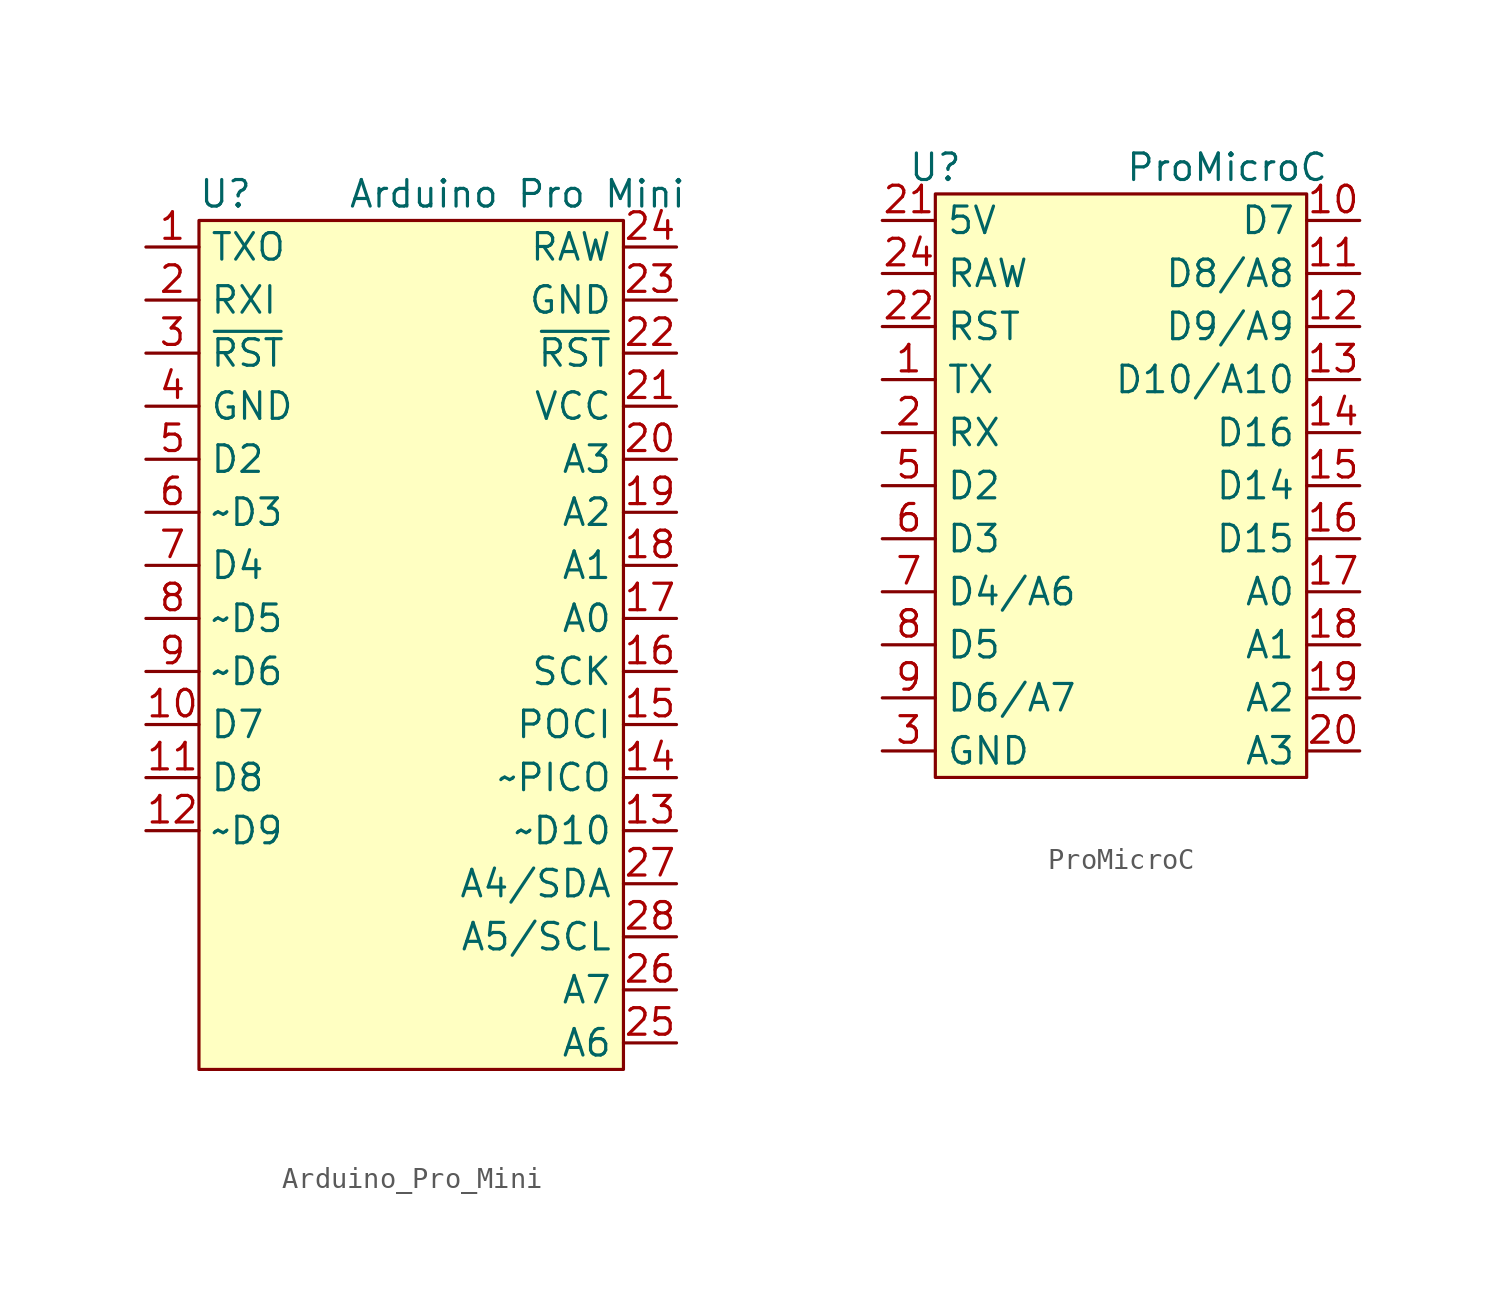
<source format=kicad_sym>
(kicad_symbol_lib
  (version 20241209)
  (generator "kicad_symbol_editor")
  (generator_version "9.0")
  (symbol "Arduino_Pro_Mini"
    (property "Reference" "U"
      (at -8.89 21.59 0)
      (effects (font (size 1.27 1.27))))
    (property "Value" "Arduino Pro Mini"
      (at 5.08 21.59 0)
      (effects (font (size 1.27 1.27))))
    (symbol "Arduino_Pro_Mini_1_1"
      (rectangle (start -10.16 20.32) (end 10.16 -20.32) (stroke (width 0) (type default)) (fill (type background)))
      (pin output line (at -12.7 19.05 0) (length 2.54) (name "TXO" (effects (font (size 1.27 1.27)))) (number "1" (effects (font (size 1.27 1.27)))))
      (pin input line (at -12.7 16.51 0) (length 2.54) (name "RXI" (effects (font (size 1.27 1.27)))) (number "2" (effects (font (size 1.27 1.27)))))
      (pin input line (at -12.7 13.97 0) (length 2.54) (name "~{RST}" (effects (font (size 1.27 1.27)))) (number "3" (effects (font (size 1.27 1.27)))))
      (pin power_in line (at -12.7 11.43 0) (length 2.54) (name "GND" (effects (font (size 1.27 1.27)))) (number "4" (effects (font (size 1.27 1.27)))))
      (pin bidirectional line (at -12.7 8.89 0) (length 2.54) (name "D2" (effects (font (size 1.27 1.27)))) (number "5" (effects (font (size 1.27 1.27)))))
      (pin bidirectional line (at -12.7 6.35 0) (length 2.54) (name "~D3" (effects (font (size 1.27 1.27)))) (number "6" (effects (font (size 1.27 1.27)))))
      (pin bidirectional line (at -12.7 3.81 0) (length 2.54) (name "D4" (effects (font (size 1.27 1.27)))) (number "7" (effects (font (size 1.27 1.27)))))
      (pin bidirectional line (at -12.7 1.27 0) (length 2.54) (name "~D5" (effects (font (size 1.27 1.27)))) (number "8" (effects (font (size 1.27 1.27)))))
      (pin bidirectional line (at -12.7 -1.27 0) (length 2.54) (name "~D6" (effects (font (size 1.27 1.27)))) (number "9" (effects (font (size 1.27 1.27)))))
      (pin bidirectional line (at -12.7 -3.81 0) (length 2.54) (name "D7" (effects (font (size 1.27 1.27)))) (number "10" (effects (font (size 1.27 1.27)))))
      (pin bidirectional line (at -12.7 -6.35 0) (length 2.54) (name "D8" (effects (font (size 1.27 1.27)))) (number "11" (effects (font (size 1.27 1.27)))))
      (pin bidirectional line (at -12.7 -8.89 0) (length 2.54) (name "~D9" (effects (font (size 1.27 1.27)))) (number "12" (effects (font (size 1.27 1.27)))))
      (pin power_in line (at 12.7 19.05 180) (length 2.54) (name "RAW" (effects (font (size 1.27 1.27)))) (number "24" (effects (font (size 1.27 1.27)))))
      (pin power_in line (at 12.7 16.51 180) (length 2.54) (name "GND" (effects (font (size 1.27 1.27)))) (number "23" (effects (font (size 1.27 1.27)))))
      (pin input line (at 12.7 13.97 180) (length 2.54) (name "~{RST}" (effects (font (size 1.27 1.27)))) (number "22" (effects (font (size 1.27 1.27)))))
      (pin power_in line (at 12.7 11.43 180) (length 2.54) (name "VCC" (effects (font (size 1.27 1.27)))) (number "21" (effects (font (size 1.27 1.27)))))
      (pin bidirectional line (at 12.7 8.89 180) (length 2.54) (name "A3" (effects (font (size 1.27 1.27)))) (number "20" (effects (font (size 1.27 1.27)))))
      (pin bidirectional line (at 12.7 6.35 180) (length 2.54) (name "A2" (effects (font (size 1.27 1.27)))) (number "19" (effects (font (size 1.27 1.27)))))
      (pin bidirectional line (at 12.7 3.81 180) (length 2.54) (name "A1" (effects (font (size 1.27 1.27)))) (number "18" (effects (font (size 1.27 1.27)))))
      (pin bidirectional line (at 12.7 1.27 180) (length 2.54) (name "A0" (effects (font (size 1.27 1.27)))) (number "17" (effects (font (size 1.27 1.27)))))
      (pin bidirectional line (at 12.7 -1.27 180) (length 2.54) (name "SCK" (effects (font (size 1.27 1.27)))) (number "16" (effects (font (size 1.27 1.27)))))
      (pin bidirectional line (at 12.7 -3.81 180) (length 2.54) (name "POCI" (effects (font (size 1.27 1.27)))) (number "15" (effects (font (size 1.27 1.27)))))
      (pin bidirectional line (at 12.7 -6.35 180) (length 2.54) (name "~PICO" (effects (font (size 1.27 1.27)))) (number "14" (effects (font (size 1.27 1.27)))))
      (pin bidirectional line (at 12.7 -8.89 180) (length 2.54) (name "~D10" (effects (font (size 1.27 1.27)))) (number "13" (effects (font (size 1.27 1.27)))))
      (pin bidirectional line (at 12.7 -11.43 180) (length 2.54) (name "A4/SDA" (effects (font (size 1.27 1.27)))) (number "27" (effects (font (size 1.27 1.27)))))
      (pin bidirectional line (at 12.7 -13.97 180) (length 2.54) (name "A5/SCL" (effects (font (size 1.27 1.27)))) (number "28" (effects (font (size 1.27 1.27)))))
      (pin input line (at 12.7 -16.51 180) (length 2.54) (name "A7" (effects (font (size 1.27 1.27)))) (number "26" (effects (font (size 1.27 1.27)))))
      (pin input line (at 12.7 -19.05 180) (length 2.54) (name "A6" (effects (font (size 1.27 1.27)))) (number "25" (effects (font (size 1.27 1.27)))))))
  (symbol "ProMicroC"
    (property "Reference" "U"
      (at -8.89 15.24 0)
      (effects (font (size 1.27 1.27))))
    (property "Value" "ProMicroC"
      (at 5.08 15.24 0)
      (effects (font (size 1.27 1.27))))
    (symbol "ProMicroC_1_1"
      (rectangle (start -8.89 13.97) (end 8.89 -13.97) (stroke (width 0) (type default)) (fill (type background)))
      (pin input line (at -11.43 12.7 0) (length 2.54) (name "5V" (effects (font (size 1.27 1.27)))) (number "21" (effects (font (size 1.27 1.27)))))
      (pin input line (at -11.43 10.16 0) (length 2.54) (name "RAW" (effects (font (size 1.27 1.27)))) (number "24" (effects (font (size 1.27 1.27)))))
      (pin input line (at -11.43 7.62 0) (length 2.54) (name "RST" (effects (font (size 1.27 1.27)))) (number "22" (effects (font (size 1.27 1.27)))))
      (pin input line (at -11.43 5.08 0) (length 2.54) (name "TX" (effects (font (size 1.27 1.27)))) (number "1" (effects (font (size 1.27 1.27)))))
      (pin input line (at -11.43 2.54 0) (length 2.54) (name "RX" (effects (font (size 1.27 1.27)))) (number "2" (effects (font (size 1.27 1.27)))))
      (pin input line (at -11.43 0 0) (length 2.54) (name "D2" (effects (font (size 1.27 1.27)))) (number "5" (effects (font (size 1.27 1.27)))))
      (pin input line (at -11.43 -2.54 0) (length 2.54) (name "D3" (effects (font (size 1.27 1.27)))) (number "6" (effects (font (size 1.27 1.27)))))
      (pin input line (at -11.43 -5.08 0) (length 2.54) (name "D4/A6" (effects (font (size 1.27 1.27)))) (number "7" (effects (font (size 1.27 1.27)))))
      (pin input line (at -11.43 -7.62 0) (length 2.54) (name "D5" (effects (font (size 1.27 1.27)))) (number "8" (effects (font (size 1.27 1.27)))))
      (pin input line (at -11.43 -10.16 0) (length 2.54) (name "D6/A7" (effects (font (size 1.27 1.27)))) (number "9" (effects (font (size 1.27 1.27)))))
      (pin input line (at -11.43 -12.7 0) (length 2.54) (hide yes) (name "GND" (effects (font (size 1.27 1.27)))) (number "23" (effects (font (size 1.27 1.27)))))
      (pin input line (at -11.43 -12.7 0) (length 2.54) (name "GND" (effects (font (size 1.27 1.27)))) (number "3" (effects (font (size 1.27 1.27)))))
      (pin input line (at -11.43 -12.7 0) (length 2.54) (hide yes) (name "GND" (effects (font (size 1.27 1.27)))) (number "4" (effects (font (size 1.27 1.27)))))
      (pin input line (at 11.43 12.7 180) (length 2.54) (name "D7" (effects (font (size 1.27 1.27)))) (number "10" (effects (font (size 1.27 1.27)))))
      (pin input line (at 11.43 10.16 180) (length 2.54) (name "D8/A8" (effects (font (size 1.27 1.27)))) (number "11" (effects (font (size 1.27 1.27)))))
      (pin input line (at 11.43 7.62 180) (length 2.54) (name "D9/A9" (effects (font (size 1.27 1.27)))) (number "12" (effects (font (size 1.27 1.27)))))
      (pin input line (at 11.43 5.08 180) (length 2.54) (name "D10/A10" (effects (font (size 1.27 1.27)))) (number "13" (effects (font (size 1.27 1.27)))))
      (pin input line (at 11.43 2.54 180) (length 2.54) (name "D16" (effects (font (size 1.27 1.27)))) (number "14" (effects (font (size 1.27 1.27)))))
      (pin input line (at 11.43 0 180) (length 2.54) (name "D14" (effects (font (size 1.27 1.27)))) (number "15" (effects (font (size 1.27 1.27)))))
      (pin input line (at 11.43 -2.54 180) (length 2.54) (name "D15" (effects (font (size 1.27 1.27)))) (number "16" (effects (font (size 1.27 1.27)))))
      (pin input line (at 11.43 -5.08 180) (length 2.54) (name "A0" (effects (font (size 1.27 1.27)))) (number "17" (effects (font (size 1.27 1.27)))))
      (pin input line (at 11.43 -7.62 180) (length 2.54) (name "A1" (effects (font (size 1.27 1.27)))) (number "18" (effects (font (size 1.27 1.27)))))
      (pin input line (at 11.43 -10.16 180) (length 2.54) (name "A2" (effects (font (size 1.27 1.27)))) (number "19" (effects (font (size 1.27 1.27)))))
      (pin input line (at 11.43 -12.7 180) (length 2.54) (name "A3" (effects (font (size 1.27 1.27)))) (number "20" (effects (font (size 1.27 1.27))))))))
</source>
